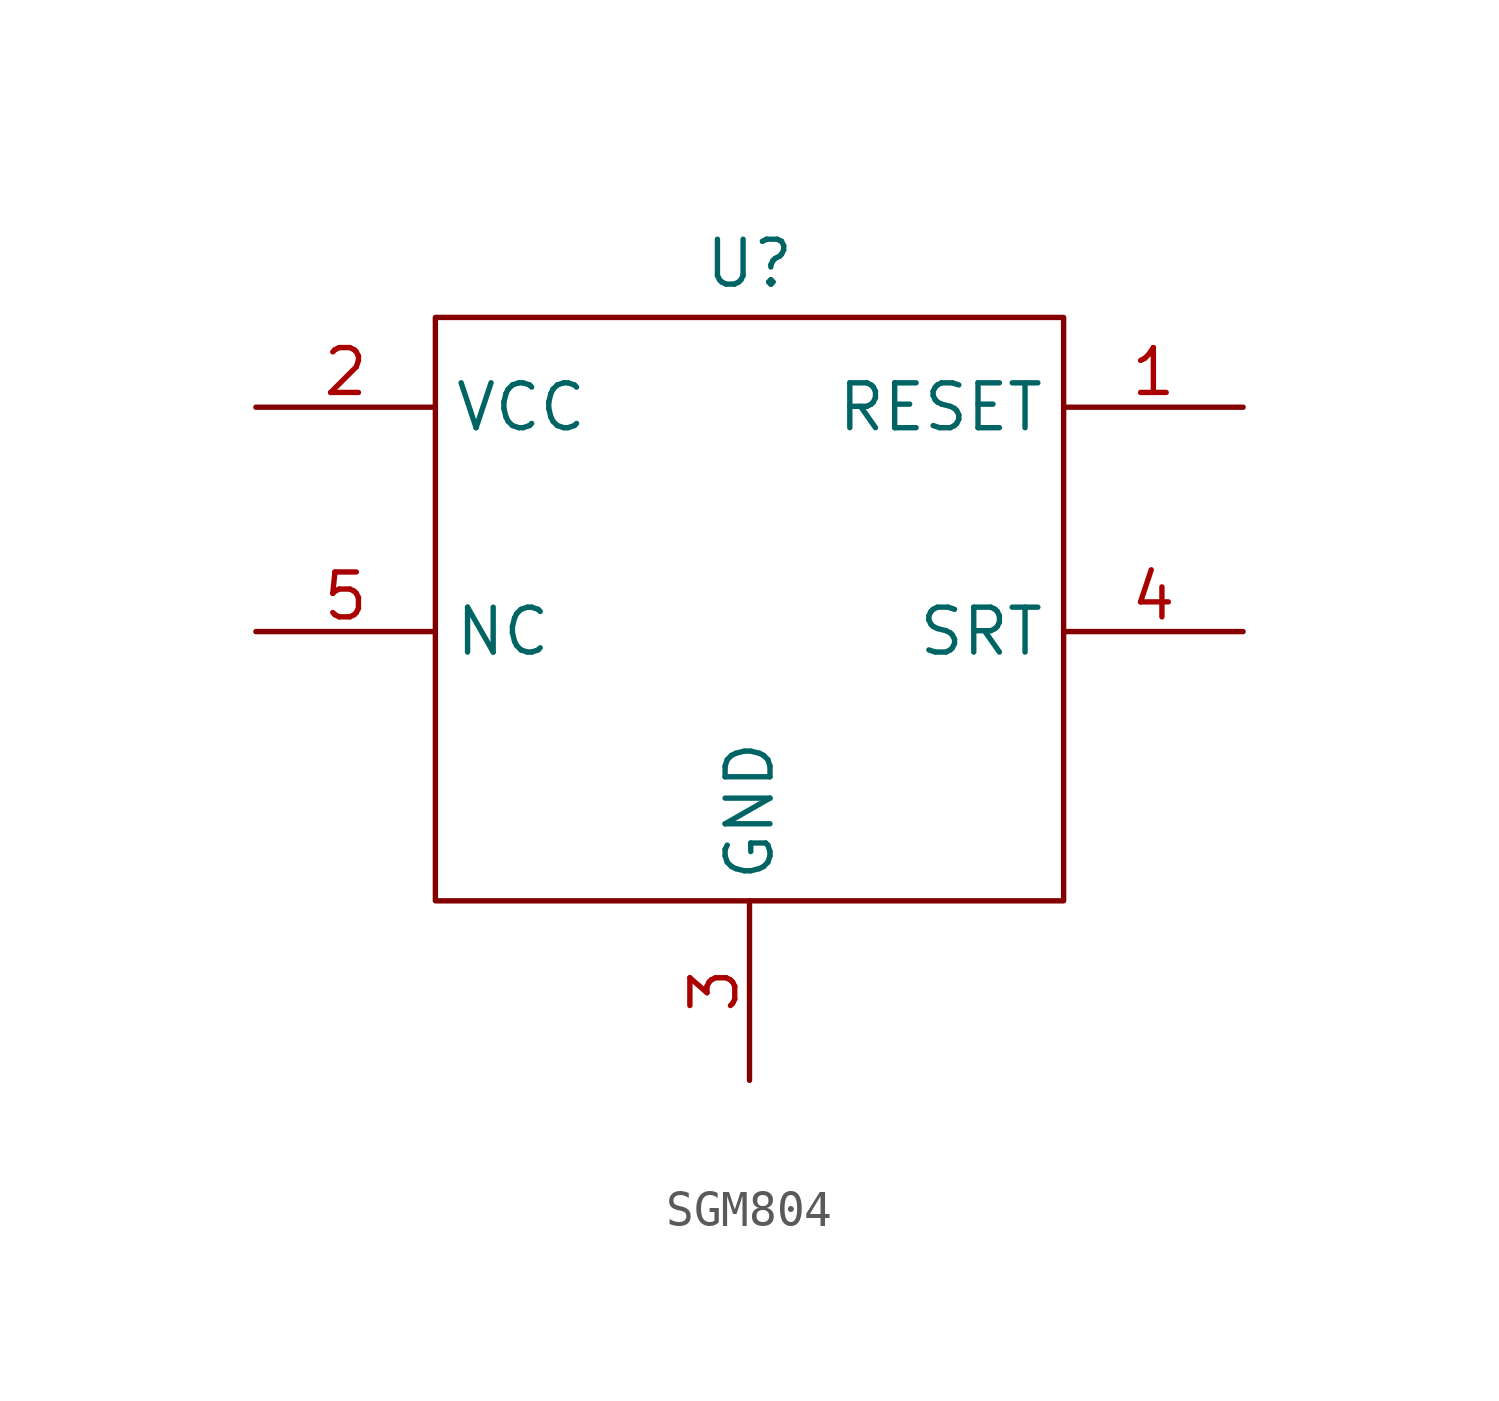
<source format=kicad_sym>
(kicad_symbol_lib
  (version 20231120)
  (generator "kicad_symbol_editor")
  (generator_version "8.0")
  (symbol "SGM804"
    (property "Reference" "U"
      (at 0 10.414 0)
      (effects (font (size 1.27 1.27))))
    (property "Value" ""
      (at 0 0 0)
      (effects (font (size 1.27 1.27))))
    (symbol "SGM804_0_1"
      (rectangle (start -8.89 8.89) (end 8.89 -7.62) (stroke (width 0) (type default)) (fill (type none))))
    (symbol "SGM804_1_1"
      (pin passive line (at 13.97 6.35 180) (length 5.08) (name "RESET" (effects (font (size 1.27 1.27)))) (number "1" (effects (font (size 1.27 1.27)))))
      (pin passive line (at -13.97 6.35 0) (length 5.08) (name "VCC" (effects (font (size 1.27 1.27)))) (number "2" (effects (font (size 1.27 1.27)))))
      (pin passive line (at 0 -12.7 90) (length 5.08) (name "GND" (effects (font (size 1.27 1.27)))) (number "3" (effects (font (size 1.27 1.27)))))
      (pin passive line (at 13.97 0 180) (length 5.08) (name "SRT" (effects (font (size 1.27 1.27)))) (number "4" (effects (font (size 1.27 1.27)))))
      (pin passive line (at -13.97 0 0) (length 5.08) (name "NC" (effects (font (size 1.27 1.27)))) (number "5" (effects (font (size 1.27 1.27))))))))
</source>
